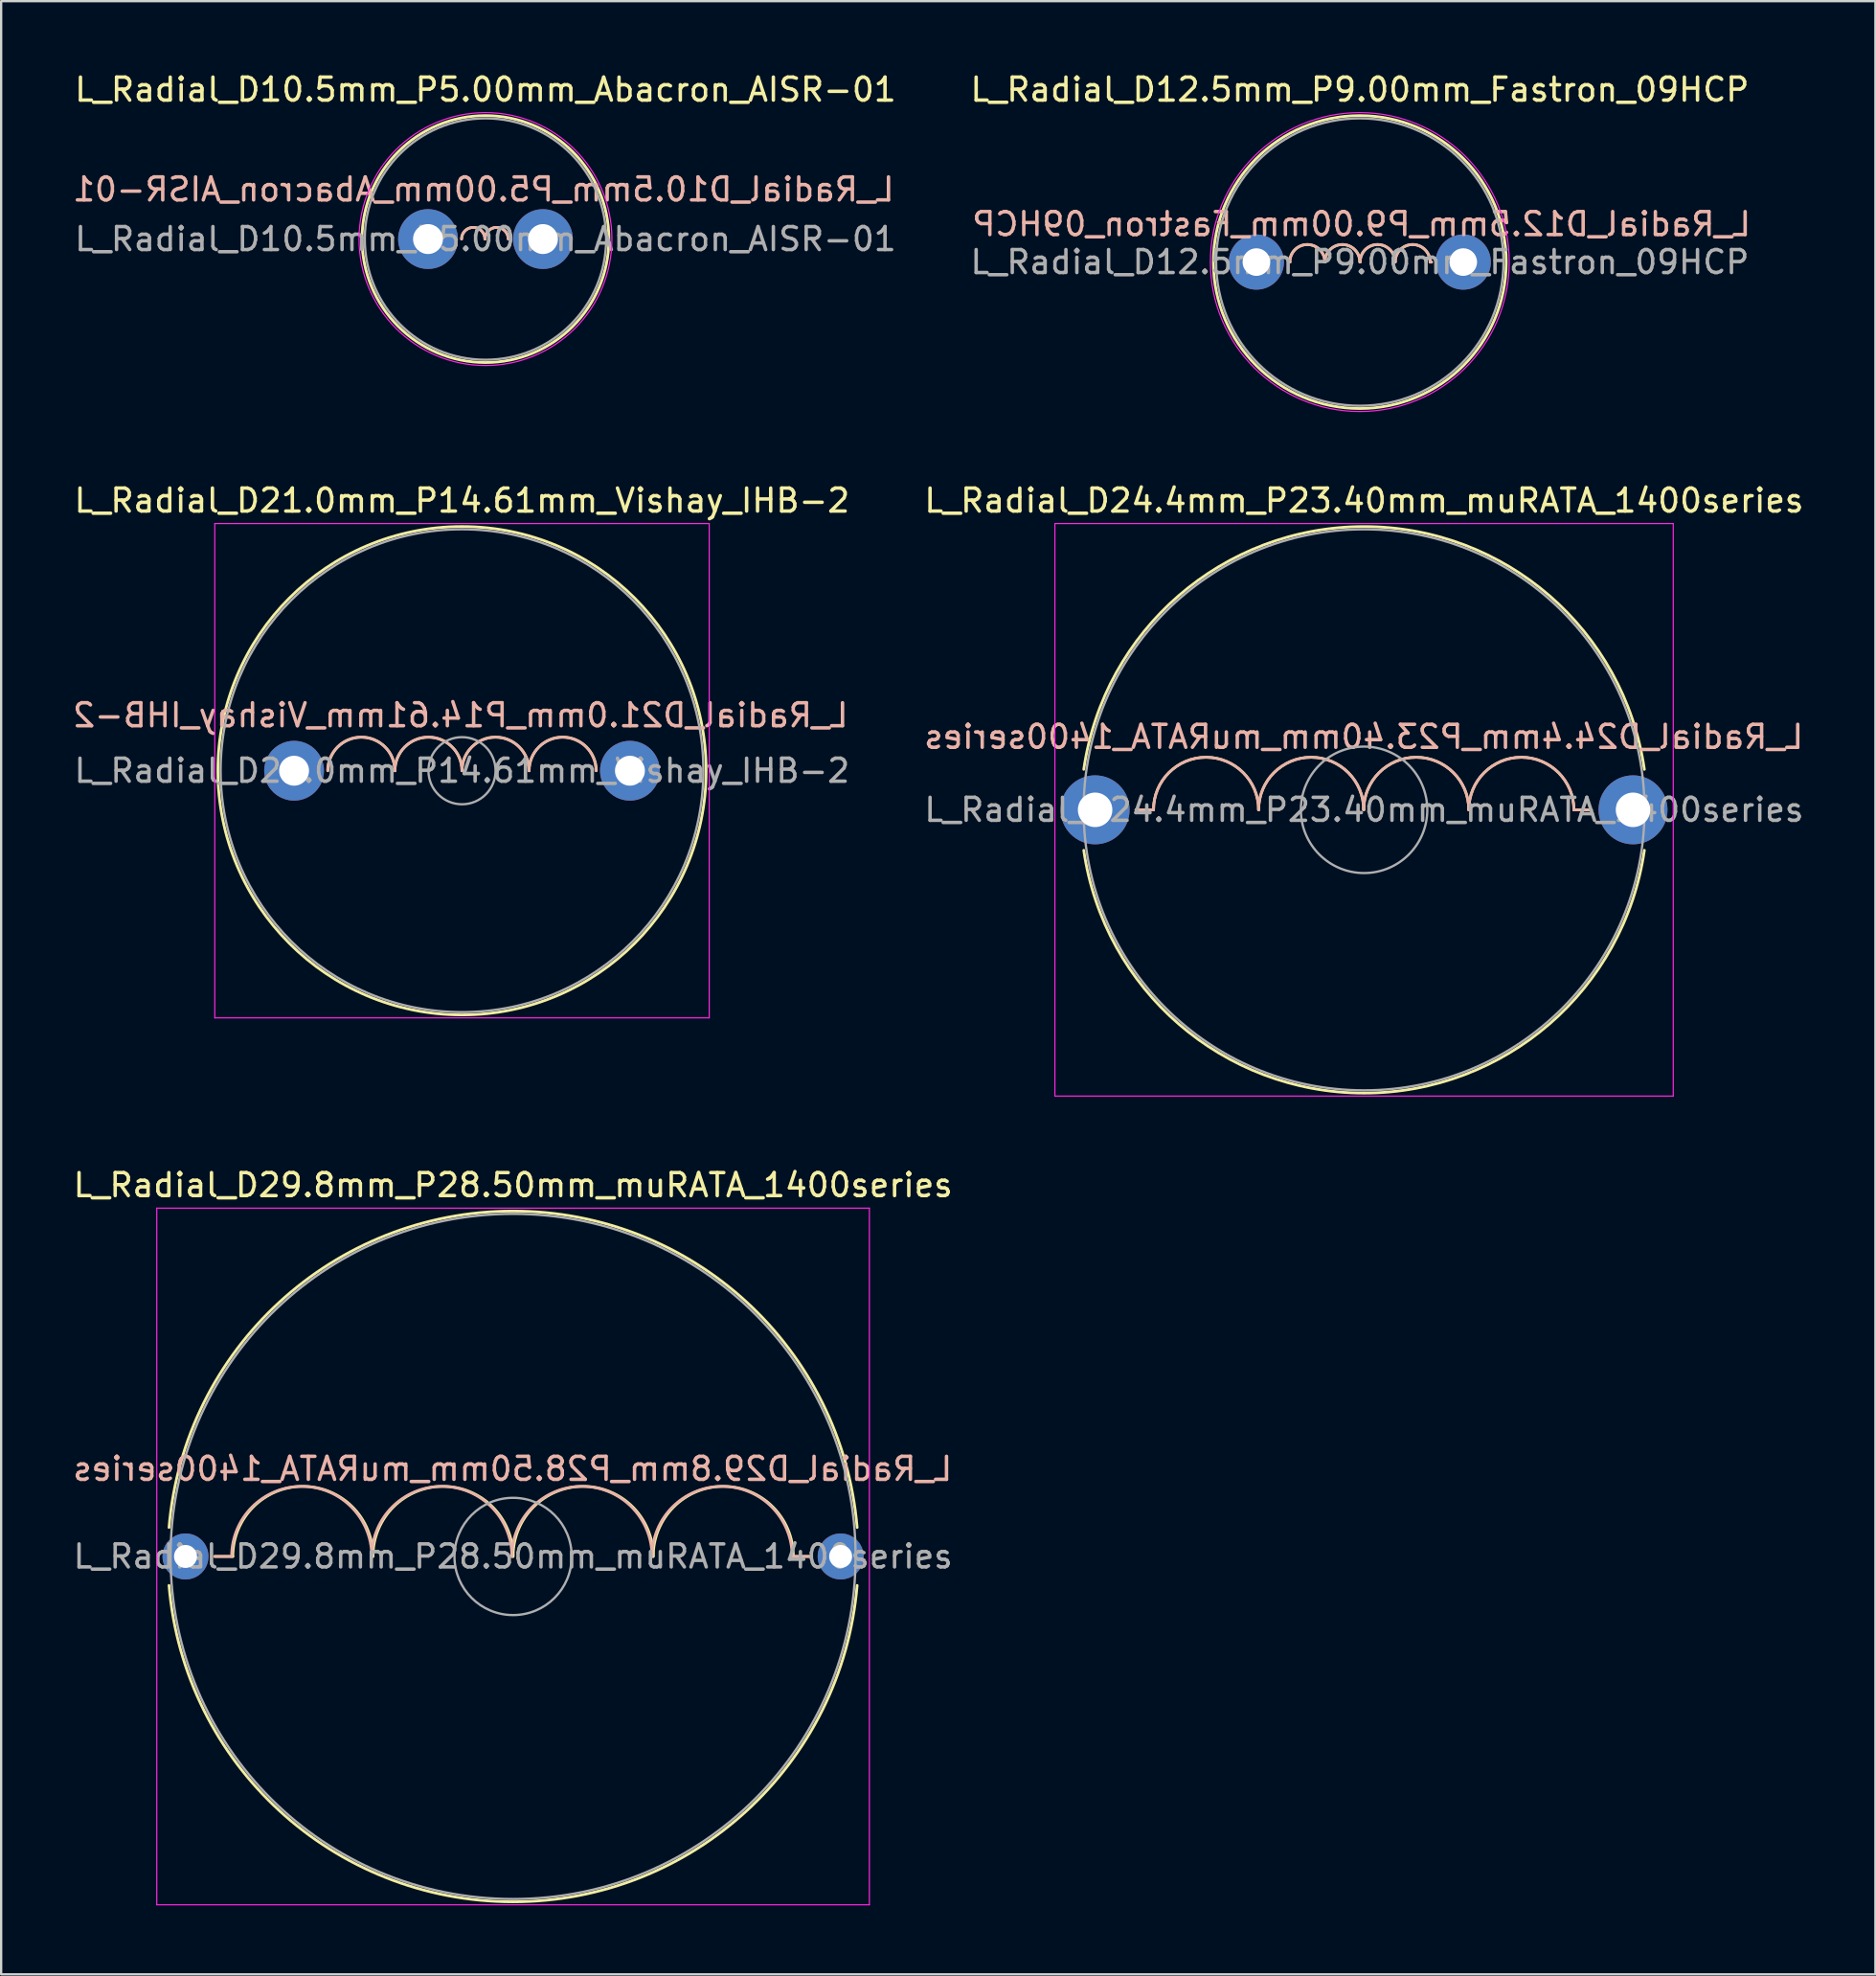
<source format=kicad_pcb>
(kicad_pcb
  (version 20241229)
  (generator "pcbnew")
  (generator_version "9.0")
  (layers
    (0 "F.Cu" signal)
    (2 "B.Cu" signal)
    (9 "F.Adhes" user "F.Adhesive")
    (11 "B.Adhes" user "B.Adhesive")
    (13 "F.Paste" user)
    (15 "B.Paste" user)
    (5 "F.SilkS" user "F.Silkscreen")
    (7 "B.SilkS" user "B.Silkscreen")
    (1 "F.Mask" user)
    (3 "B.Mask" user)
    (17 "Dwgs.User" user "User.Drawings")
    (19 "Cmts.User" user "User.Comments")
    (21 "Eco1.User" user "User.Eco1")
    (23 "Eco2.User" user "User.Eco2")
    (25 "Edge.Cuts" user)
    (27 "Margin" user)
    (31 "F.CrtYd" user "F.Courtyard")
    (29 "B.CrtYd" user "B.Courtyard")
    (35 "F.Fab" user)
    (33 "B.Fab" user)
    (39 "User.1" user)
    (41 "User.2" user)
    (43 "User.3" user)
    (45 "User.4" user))
  (footprint "L_Radial_D10.5mm_P5.00mm_Abacron_AISR-01"
    (layer "F.Cu")
    (at 15.569 7.348)
    (property "Reference" "L_Radial_D10.5mm_P5.00mm_Abacron_AISR-01" (at 2.5 -6.5 0) (layer "F.SilkS") (effects (font (size 1 1) (thickness 0.15))))
    (fp_arc (start 1.4605 0) (mid 1.9685 -0.508) (end 2.4765 0) (stroke (width 0.12) (type solid)) (layer "F.SilkS"))
    (fp_arc (start 2.4765 0) (mid 2.9845 -0.508) (end 3.4925 0) (stroke (width 0.12) (type solid)) (layer "F.SilkS"))
    (fp_circle (center 2.5 0) (end 7.87 0) (stroke (width 0.12) (type solid)) (fill no) (layer "F.SilkS"))
    (fp_arc (start 1.4605 0) (mid 1.9685 -0.508) (end 2.4765 0) (stroke (width 0.12) (type solid)) (layer "B.SilkS"))
    (fp_arc (start 2.4765 0) (mid 2.9845 -0.508) (end 3.4925 0) (stroke (width 0.12) (type solid)) (layer "B.SilkS"))
    (fp_circle (center 2.5 0) (end 8 0) (stroke (width 0.05) (type solid)) (fill no) (layer "F.CrtYd"))
    (fp_circle (center 2.5 0) (end 7.75 0) (stroke (width 0.1) (type solid)) (fill no) (layer "F.Fab"))
    (fp_text user "${REFERENCE}" (at 2.413 -2.159 0) (layer "B.SilkS") (effects (font (size 1 1) (thickness 0.15)) (justify mirror)))
    (fp_text user "${REFERENCE}" (at 2.5 0 0) (layer "F.Fab") (effects (font (size 1 1) (thickness 0.15))))
    (pad "1" thru_hole circle (at 0 0) (size 2.6 2.6) (drill 1.3) (layers "*.Cu" "*.Mask"))
    (pad "2" thru_hole circle (at 5 0) (size 2.6 2.6) (drill 1.3) (layers "*.Cu" "*.Mask")))
  (footprint "L_Radial_D12.5mm_P9.00mm_Fastron_09HCP"
    (layer "F.Cu")
    (at 51.605 8.348)
    (property "Reference" "L_Radial_D12.5mm_P9.00mm_Fastron_09HCP" (at 4.5 -7.5 0) (layer "F.SilkS") (effects (font (size 1 1) (thickness 0.15))))
    (fp_line (start 1.46 0) (end 1.397 0) (stroke (width 0.12) (type solid)) (layer "F.SilkS"))
    (fp_line (start 7.556 0) (end 7.62 0) (stroke (width 0.12) (type solid)) (layer "F.SilkS"))
    (fp_arc (start 1.452 0) (mid 2.214 -0.762) (end 2.976 0) (stroke (width 0.12) (type solid)) (layer "F.SilkS"))
    (fp_arc (start 2.976 0) (mid 3.738 -0.762) (end 4.5 0) (stroke (width 0.12) (type solid)) (layer "F.SilkS"))
    (fp_arc (start 4.5085 0) (mid 5.2705 -0.762) (end 6.0325 0) (stroke (width 0.12) (type solid)) (layer "F.SilkS"))
    (fp_arc (start 6.0325 0) (mid 6.7945 -0.762) (end 7.5565 0) (stroke (width 0.12) (type solid)) (layer "F.SilkS"))
    (fp_circle (center 4.5 0) (end 10.87 0) (stroke (width 0.12) (type solid)) (fill no) (layer "F.SilkS"))
    (fp_line (start 1.46 0) (end 1.397 0) (stroke (width 0.12) (type solid)) (layer "B.SilkS"))
    (fp_line (start 7.556 0) (end 7.62 0) (stroke (width 0.12) (type solid)) (layer "B.SilkS"))
    (fp_arc (start 1.4605 0) (mid 2.2225 -0.762) (end 2.9845 0) (stroke (width 0.12) (type solid)) (layer "B.SilkS"))
    (fp_arc (start 2.9845 0) (mid 3.7465 -0.762) (end 4.5085 0) (stroke (width 0.12) (type solid)) (layer "B.SilkS"))
    (fp_arc (start 4.517 0) (mid 5.279 -0.762) (end 6.041 0) (stroke (width 0.12) (type solid)) (layer "B.SilkS"))
    (fp_arc (start 6.041 0) (mid 6.803 -0.762) (end 7.565 0) (stroke (width 0.12) (type solid)) (layer "B.SilkS"))
    (fp_circle (center 4.5 0) (end 11 0) (stroke (width 0.05) (type solid)) (fill no) (layer "F.CrtYd"))
    (fp_circle (center 4.5 0) (end 10.75 0) (stroke (width 0.1) (type solid)) (fill no) (layer "F.Fab"))
    (fp_text user "${REFERENCE}" (at 4.572 -1.651 0) (layer "B.SilkS") (effects (font (size 1 1) (thickness 0.15)) (justify mirror)))
    (fp_text user "${REFERENCE}" (at 4.5 0 0) (layer "F.Fab") (effects (font (size 1 1) (thickness 0.15))))
    (pad "1" thru_hole circle (at 0 0) (size 2.4 2.4) (drill 1.2) (layers "*.Cu" "*.Mask"))
    (pad "2" thru_hole circle (at 9 0) (size 2.4 2.4) (drill 1.2) (layers "*.Cu" "*.Mask")))
  (footprint "L_Radial_D24.4mm_P23.40mm_muRATA_1400series"
    (layer "F.Cu")
    (at 44.59 32.172)
    (property "Reference" "L_Radial_D24.4mm_P23.40mm_muRATA_1400series" (at 11.7 -13.45 0) (layer "F.SilkS") (effects (font (size 1 1) (thickness 0.15))))
    (fp_line (start 2.54 0) (end 1.778 0) (stroke (width 0.12) (type solid)) (layer "F.SilkS"))
    (fp_line (start 20.828 0) (end 21.59 0) (stroke (width 0.12) (type solid)) (layer "F.SilkS"))
    (fp_arc (start -0.493638 -1.76) (mid 11.7 -12.32) (end 23.893638 -1.76) (stroke (width 0.12) (type solid)) (layer "F.SilkS"))
    (fp_arc (start 2.54 0) (mid 4.826 -2.286) (end 7.112 0) (stroke (width 0.12) (type solid)) (layer "F.SilkS"))
    (fp_arc (start 7.112 0) (mid 9.398 -2.286) (end 11.684 0) (stroke (width 0.12) (type solid)) (layer "F.SilkS"))
    (fp_arc (start 11.684 0) (mid 13.97 -2.286) (end 16.256 0) (stroke (width 0.12) (type solid)) (layer "F.SilkS"))
    (fp_arc (start 16.256 0) (mid 18.542 -2.286) (end 20.828 0) (stroke (width 0.12) (type solid)) (layer "F.SilkS"))
    (fp_arc (start 23.893638 1.76) (mid 11.7 12.32) (end -0.493638 1.76) (stroke (width 0.12) (type solid)) (layer "F.SilkS"))
    (fp_line (start 2.54 0) (end 1.778 0) (stroke (width 0.12) (type solid)) (layer "B.SilkS"))
    (fp_line (start 20.828 0) (end 21.59 0) (stroke (width 0.12) (type solid)) (layer "B.SilkS"))
    (fp_arc (start 2.54 0) (mid 4.826 -2.286) (end 7.112 0) (stroke (width 0.12) (type solid)) (layer "B.SilkS"))
    (fp_arc (start 7.112 0) (mid 9.398 -2.286) (end 11.684 0) (stroke (width 0.12) (type solid)) (layer "B.SilkS"))
    (fp_arc (start 11.684 0) (mid 13.97 -2.286) (end 16.256 0) (stroke (width 0.12) (type solid)) (layer "B.SilkS"))
    (fp_arc (start 16.256 0) (mid 18.542 -2.286) (end 20.828 0) (stroke (width 0.12) (type solid)) (layer "B.SilkS"))
    (fp_line (start -1.75 -12.45) (end -1.75 12.45) (stroke (width 0.05) (type solid)) (layer "F.CrtYd"))
    (fp_line (start -1.75 12.45) (end 25.15 12.45) (stroke (width 0.05) (type solid)) (layer "F.CrtYd"))
    (fp_line (start 25.15 -12.45) (end -1.75 -12.45) (stroke (width 0.05) (type solid)) (layer "F.CrtYd"))
    (fp_line (start 25.15 12.45) (end 25.15 -12.45) (stroke (width 0.05) (type solid)) (layer "F.CrtYd"))
    (fp_circle (center 11.7 0) (end 14.45 0) (stroke (width 0.1) (type solid)) (fill no) (layer "F.Fab"))
    (fp_circle (center 11.7 0) (end 23.9 0) (stroke (width 0.1) (type solid)) (fill no) (layer "F.Fab"))
    (fp_text user "${REFERENCE}" (at 11.684 -3.175 0) (layer "B.SilkS") (effects (font (size 1 1) (thickness 0.15)) (justify mirror)))
    (fp_text user "${REFERENCE}" (at 11.7 0 0) (layer "F.Fab") (effects (font (size 1 1) (thickness 0.15))))
    (pad "1" thru_hole circle (at 0 0) (size 3 3) (drill 1.5) (layers "*.Cu" "*.Mask"))
    (pad "2" thru_hole circle (at 23.4 0) (size 3 3) (drill 1.5) (layers "*.Cu" "*.Mask")))
  (footprint "L_Radial_D21.0mm_P14.61mm_Vishay_IHB-2"
    (layer "F.Cu")
    (at 9.743 30.471)
    (property "Reference" "L_Radial_D21.0mm_P14.61mm_Vishay_IHB-2" (at 7.305 -11.75 0) (layer "F.SilkS") (effects (font (size 1 1) (thickness 0.15))))
    (fp_arc (start 1.473 0) (mid 2.931 -1.458) (end 4.389 0) (stroke (width 0.12) (type solid)) (layer "F.SilkS"))
    (fp_arc (start 4.389 0) (mid 5.847 -1.458) (end 7.305 0) (stroke (width 0.12) (type solid)) (layer "F.SilkS"))
    (fp_arc (start 7.305 0) (mid 8.7655 -1.4605) (end 10.226 0) (stroke (width 0.12) (type solid)) (layer "F.SilkS"))
    (fp_arc (start 10.226 0) (mid 11.6865 -1.4605) (end 13.147 0) (stroke (width 0.12) (type solid)) (layer "F.SilkS"))
    (fp_circle (center 7.305 0) (end 17.925 0) (stroke (width 0.12) (type solid)) (fill no) (layer "F.SilkS"))
    (fp_arc (start 1.4605 0) (mid 2.921 -1.4605) (end 4.3815 0) (stroke (width 0.12) (type solid)) (layer "B.SilkS"))
    (fp_arc (start 4.3815 0) (mid 5.842 -1.4605) (end 7.3025 0) (stroke (width 0.12) (type solid)) (layer "B.SilkS"))
    (fp_arc (start 7.3025 0) (mid 8.7605 -1.458) (end 10.2185 0) (stroke (width 0.12) (type solid)) (layer "B.SilkS"))
    (fp_arc (start 10.2185 0) (mid 11.6765 -1.458) (end 13.1345 0) (stroke (width 0.12) (type solid)) (layer "B.SilkS"))
    (fp_line (start -3.45 -10.75) (end -3.45 10.75) (stroke (width 0.05) (type solid)) (layer "F.CrtYd"))
    (fp_line (start -3.45 10.75) (end 18.06 10.75) (stroke (width 0.05) (type solid)) (layer "F.CrtYd"))
    (fp_line (start 18.06 -10.75) (end -3.45 -10.75) (stroke (width 0.05) (type solid)) (layer "F.CrtYd"))
    (fp_line (start 18.06 10.75) (end 18.06 -10.75) (stroke (width 0.05) (type solid)) (layer "F.CrtYd"))
    (fp_circle (center 7.305 0) (end 8.765 0) (stroke (width 0.1) (type solid)) (fill no) (layer "F.Fab"))
    (fp_circle (center 7.305 0) (end 17.805 0) (stroke (width 0.1) (type solid)) (fill no) (layer "F.Fab"))
    (fp_text user "${REFERENCE}" (at 7.239 -2.413 0) (layer "B.SilkS") (effects (font (size 1 1) (thickness 0.15)) (justify mirror)))
    (fp_text user "${REFERENCE}" (at 7.305 0 0) (layer "F.Fab") (effects (font (size 1 1) (thickness 0.15))))
    (pad "1" thru_hole circle (at 0 0) (size 2.6 2.6) (drill 1.3) (layers "*.Cu" "*.Mask"))
    (pad "2" thru_hole circle (at 14.61 0) (size 2.6 2.6) (drill 1.3) (layers "*.Cu" "*.Mask")))
  (footprint "L_Radial_D29.8mm_P28.50mm_muRATA_1400series"
    (layer "F.Cu")
    (at 5.02 64.645)
    (property "Reference" "L_Radial_D29.8mm_P28.50mm_muRATA_1400series" (at 14.25 -16.15 0) (layer "F.SilkS") (effects (font (size 1 1) (thickness 0.15))))
    (fp_line (start 2.058 0) (end 1.27 0) (stroke (width 0.12) (type solid)) (layer "F.SilkS"))
    (fp_line (start 26.442 0) (end 27.178 0) (stroke (width 0.12) (type solid)) (layer "F.SilkS"))
    (fp_arc (start -0.717057 -1.26) (mid 14.25 -15.02) (end 29.217057 -1.26) (stroke (width 0.12) (type solid)) (layer "F.SilkS"))
    (fp_arc (start 2.058 0) (mid 5.106 -3.048) (end 8.154 0) (stroke (width 0.12) (type solid)) (layer "F.SilkS"))
    (fp_arc (start 8.154 0) (mid 11.202 -3.048) (end 14.25 0) (stroke (width 0.12) (type solid)) (layer "F.SilkS"))
    (fp_arc (start 14.25 0) (mid 17.298 -3.048) (end 20.346 0) (stroke (width 0.12) (type solid)) (layer "F.SilkS"))
    (fp_arc (start 20.346 0) (mid 23.394 -3.048) (end 26.442 0) (stroke (width 0.12) (type solid)) (layer "F.SilkS"))
    (fp_arc (start 29.217057 1.26) (mid 14.25 15.02) (end -0.717057 1.26) (stroke (width 0.12) (type solid)) (layer "F.SilkS"))
    (fp_line (start 2.006 0) (end 1.27 0) (stroke (width 0.12) (type solid)) (layer "B.SilkS"))
    (fp_line (start 26.39 0) (end 27.178 0) (stroke (width 0.12) (type solid)) (layer "B.SilkS"))
    (fp_arc (start 2.006 0) (mid 5.054 -3.048) (end 8.102 0) (stroke (width 0.12) (type solid)) (layer "B.SilkS"))
    (fp_arc (start 8.102 0) (mid 11.15 -3.048) (end 14.198 0) (stroke (width 0.12) (type solid)) (layer "B.SilkS"))
    (fp_arc (start 14.198 0) (mid 17.246 -3.048) (end 20.294 0) (stroke (width 0.12) (type solid)) (layer "B.SilkS"))
    (fp_arc (start 20.294 0) (mid 23.342 -3.048) (end 26.39 0) (stroke (width 0.12) (type solid)) (layer "B.SilkS"))
    (fp_line (start -1.25 -15.15) (end -1.25 15.15) (stroke (width 0.05) (type solid)) (layer "F.CrtYd"))
    (fp_line (start -1.25 15.15) (end 29.75 15.15) (stroke (width 0.05) (type solid)) (layer "F.CrtYd"))
    (fp_line (start 29.75 -15.15) (end -1.25 -15.15) (stroke (width 0.05) (type solid)) (layer "F.CrtYd"))
    (fp_line (start 29.75 15.15) (end 29.75 -15.15) (stroke (width 0.05) (type solid)) (layer "F.CrtYd"))
    (fp_circle (center 14.25 0) (end 16.8 0) (stroke (width 0.1) (type solid)) (fill no) (layer "F.Fab"))
    (fp_circle (center 14.25 0) (end 29.15 0) (stroke (width 0.1) (type solid)) (fill no) (layer "F.Fab"))
    (fp_text user "${REFERENCE}" (at 14.224 -3.81 0) (layer "B.SilkS") (effects (font (size 1 1) (thickness 0.15)) (justify mirror)))
    (fp_text user "${REFERENCE}" (at 14.25 0 0) (layer "F.Fab") (effects (font (size 1 1) (thickness 0.15))))
    (pad "1" thru_hole circle (at 0 0) (size 2 2) (drill 1) (layers "*.Cu" "*.Mask"))
    (pad "2" thru_hole circle (at 28.5 0) (size 2 2) (drill 1) (layers "*.Cu" "*.Mask")))
  (gr_rect
    (start -3 -3)
    (end 78.534 82.82)
    (stroke (width 0.1) (type default))
    (fill no)
    (layer "Edge.Cuts")))
</source>
